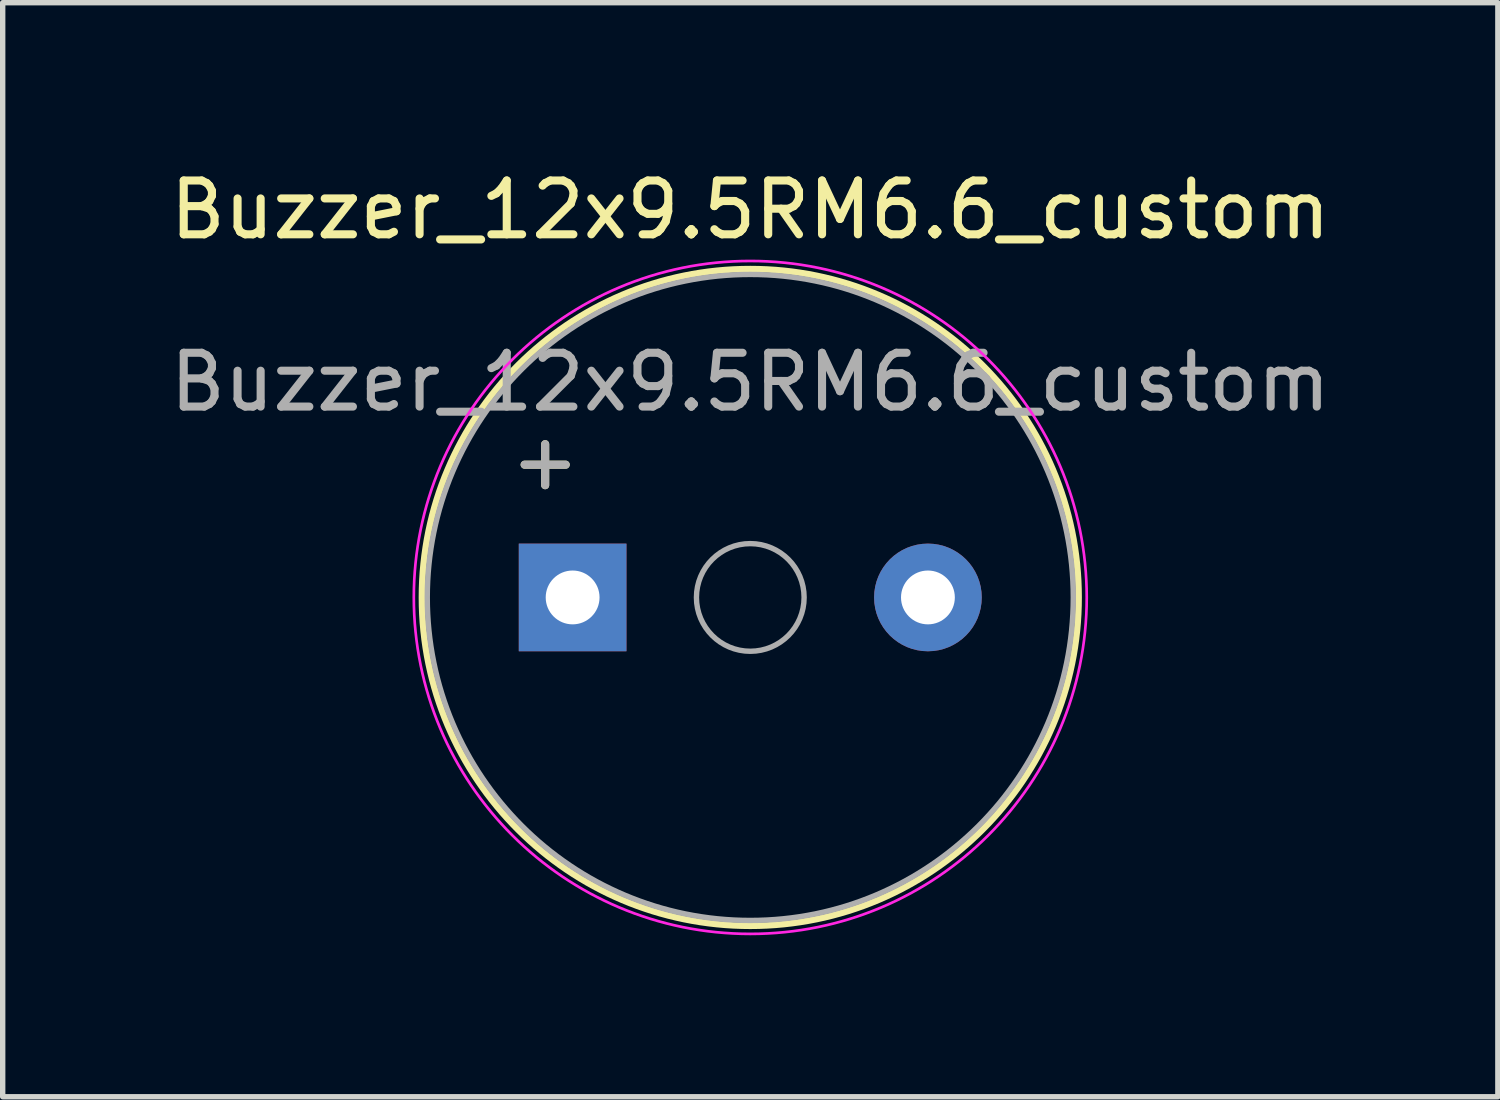
<source format=kicad_pcb>
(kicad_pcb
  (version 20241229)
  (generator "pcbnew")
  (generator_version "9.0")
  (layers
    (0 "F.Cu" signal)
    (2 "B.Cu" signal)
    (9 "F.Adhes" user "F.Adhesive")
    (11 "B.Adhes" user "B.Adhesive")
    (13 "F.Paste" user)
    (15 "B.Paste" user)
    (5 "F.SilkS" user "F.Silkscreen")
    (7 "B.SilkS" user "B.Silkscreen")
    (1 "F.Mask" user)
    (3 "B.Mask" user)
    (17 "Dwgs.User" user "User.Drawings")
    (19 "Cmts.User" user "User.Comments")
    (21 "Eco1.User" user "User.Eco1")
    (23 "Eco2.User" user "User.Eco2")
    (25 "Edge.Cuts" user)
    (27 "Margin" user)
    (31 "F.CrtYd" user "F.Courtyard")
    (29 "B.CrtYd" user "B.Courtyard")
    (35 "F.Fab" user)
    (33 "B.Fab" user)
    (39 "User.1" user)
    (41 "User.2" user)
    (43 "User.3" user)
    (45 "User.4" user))
  (footprint "Buzzer_12x9.5RM6.6_custom"
    (layer "F.Cu")
    (at 10.887 8.127)
    (property "Reference" "Buzzer_12x9.5RM6.6_custom" (at 0 -7.279 0) (layer "F.SilkS") (effects (font (size 1 1) (thickness 0.15))))
    (attr through_hole)
    (fp_circle (center 0 -0.079) (end 6.1 -0.079) (stroke (width 0.12) (type solid)) (fill no) (layer "F.SilkS"))
    (fp_circle (center 0 -0.079) (end 6.25 -0.079) (stroke (width 0.05) (type solid)) (fill no) (layer "F.CrtYd"))
    (fp_circle (center 0 -0.079) (end 1 -0.079) (stroke (width 0.1) (type solid)) (fill no) (layer "F.Fab"))
    (fp_circle (center 0 -0.079) (end 6 -0.079) (stroke (width 0.1) (type solid)) (fill no) (layer "F.Fab"))
    (fp_text user "+" (at -3.81 -2.619 0) (layer "F.SilkS") (effects (font (size 1 1) (thickness 0.15))))
    (fp_text user "+" (at -3.81 -2.619 0) (layer "F.Fab") (effects (font (size 1 1) (thickness 0.15))))
    (fp_text user "${REFERENCE}" (at 0 -4.079 0) (layer "F.Fab") (effects (font (size 1 1) (thickness 0.15))))
    (pad "1" thru_hole rect (at -3.3 -0.079) (size 2 2) (drill 1) (layers "*.Cu" "*.Mask"))
    (pad "2" thru_hole circle (at 3.3 -0.079) (size 2 2) (drill 1) (layers "*.Cu" "*.Mask")))
  (gr_rect
    (start -3 -3)
    (end 24.774 17.323)
    (stroke (width 0.1) (type default))
    (fill no)
    (layer "Edge.Cuts")))
</source>
